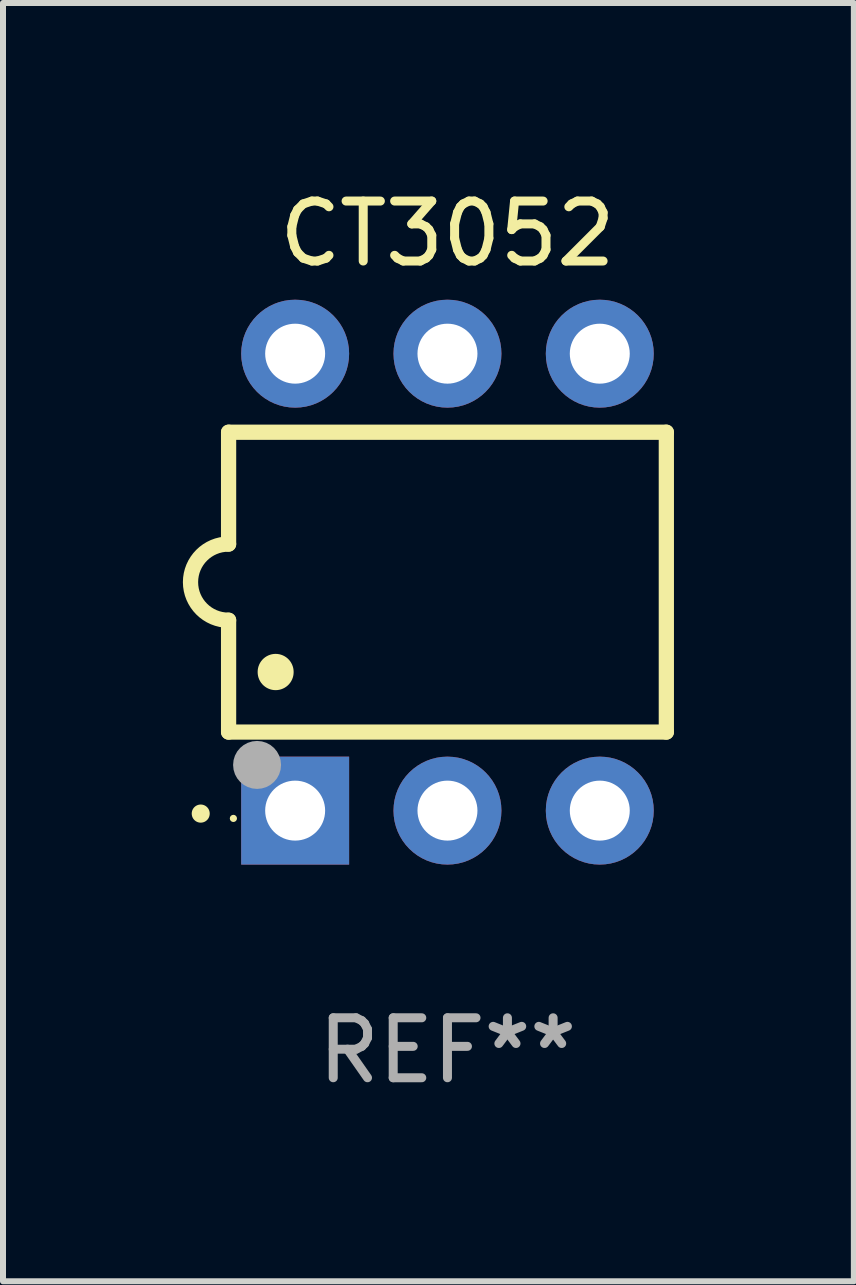
<source format=kicad_pcb>
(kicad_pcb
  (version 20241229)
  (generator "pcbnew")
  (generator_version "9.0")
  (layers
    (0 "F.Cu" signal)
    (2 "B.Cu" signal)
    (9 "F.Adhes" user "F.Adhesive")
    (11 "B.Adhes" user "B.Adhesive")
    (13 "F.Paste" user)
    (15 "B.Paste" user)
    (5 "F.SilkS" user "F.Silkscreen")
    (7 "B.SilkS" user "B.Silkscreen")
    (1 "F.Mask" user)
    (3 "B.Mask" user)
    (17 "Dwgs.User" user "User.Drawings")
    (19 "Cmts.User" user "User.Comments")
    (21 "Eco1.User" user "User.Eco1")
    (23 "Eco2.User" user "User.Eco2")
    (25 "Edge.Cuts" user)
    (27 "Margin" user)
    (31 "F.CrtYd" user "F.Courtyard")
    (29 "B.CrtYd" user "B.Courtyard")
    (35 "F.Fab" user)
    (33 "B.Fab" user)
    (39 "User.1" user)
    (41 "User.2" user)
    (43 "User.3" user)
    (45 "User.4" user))
  (footprint "CT3052"
    (layer "F.Cu")
    (at 4.412 6.658)
    (property "Reference" "CT3052" (at 0 -5.81 0) (layer "F.SilkS") (effects (font (size 1 1) (thickness 0.15))))
    (attr through_hole)
    (fp_line (start -3.65 -2.5) (end 3.65 -2.5) (stroke (width 0.254) (type solid)) (layer "F.SilkS"))
    (fp_line (start -3.65 -0.635) (end -3.65 -2.5) (stroke (width 0.254) (type solid)) (layer "F.SilkS"))
    (fp_line (start -3.65 0.635) (end -3.65 2.5) (stroke (width 0.254) (type solid)) (layer "F.SilkS"))
    (fp_line (start -3.65 2.5) (end 3.65 2.5) (stroke (width 0.254) (type solid)) (layer "F.SilkS"))
    (fp_line (start 3.65 -2.5) (end 3.65 2.5) (stroke (width 0.254) (type solid)) (layer "F.SilkS"))
    (fp_arc (start -4.114808 3.860808) (mid -4.114813 3.859538) (end -4.114808 3.858268) (stroke (width 0.3) (type solid)) (layer "F.SilkS"))
    (fp_arc (start -3.650013 0.635001) (mid -4.285014 0) (end -3.650013 -0.635001) (stroke (width 0.254001) (type solid)) (layer "F.SilkS"))
    (fp_arc (start -2.865405 1.501143) (mid -2.865416 1.498603) (end -2.865405 1.496063) (stroke (width 0.6) (type solid)) (layer "F.SilkS"))
    (fp_circle (center -3.57 3.94) (end -3.54 3.94) (stroke (width 0.06) (type solid)) (fill no) (layer "F.SilkS"))
    (fp_circle (center -3.175 3.048) (end -2.975 3.048) (stroke (width 0.4) (type solid)) (fill no) (layer "F.Fab"))
    (fp_text user "REF**" (at 0 7.81 0) (layer "F.Fab") (effects (font (size 1 1) (thickness 0.15))))
    (pad "1" thru_hole rect (at -2.54 3.81 90) (size 1.8 1.8) (drill 1) (layers "*.Cu" "*.Mask"))
    (pad "2" thru_hole circle (at 0 3.81) (size 1.8 1.8) (drill 1) (layers "*.Cu" "*.Mask"))
    (pad "3" thru_hole circle (at 2.54 3.81) (size 1.8 1.8) (drill 1) (layers "*.Cu" "*.Mask"))
    (pad "4" thru_hole circle (at 2.54 -3.81) (size 1.8 1.8) (drill 1) (layers "*.Cu" "*.Mask"))
    (pad "5" thru_hole circle (at 0 -3.81) (size 1.8 1.8) (drill 1) (layers "*.Cu" "*.Mask"))
    (pad "6" thru_hole circle (at -2.54 -3.81) (size 1.8 1.8) (drill 1) (layers "*.Cu" "*.Mask")))
  (gr_rect
    (start -3 -3)
    (end 11.189 18.317)
    (stroke (width 0.1) (type default))
    (fill no)
    (layer "Edge.Cuts")))
</source>
